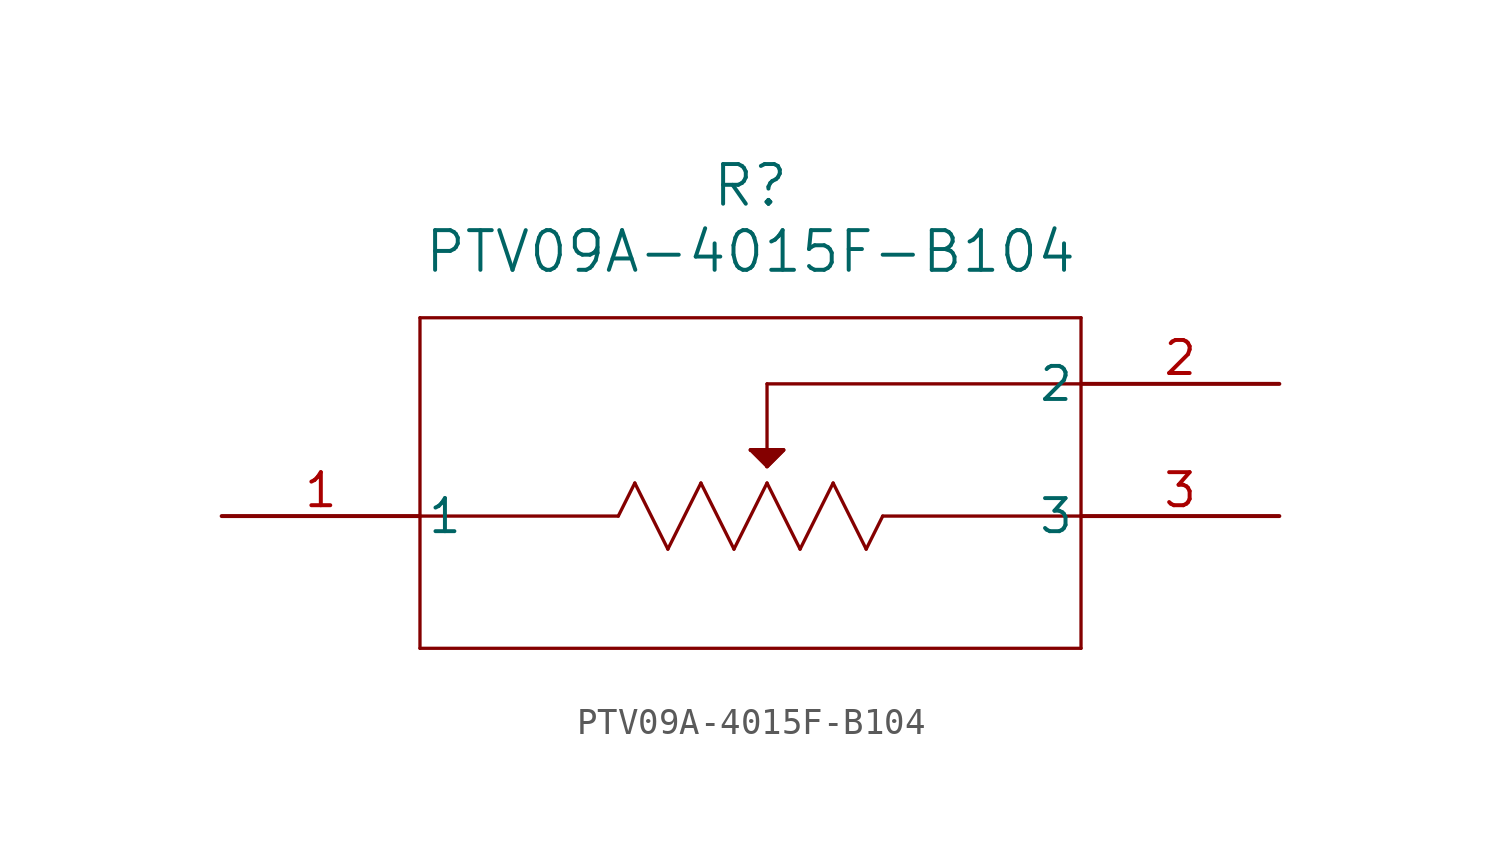
<source format=kicad_sym>
(kicad_symbol_lib
  (version 20211014)
  (generator kicad_symbol_editor)
  (symbol "PTV09A-4015F-B104"
    (pin_names
      (offset 0.254))
    (property "Reference" "R"
      (at 20.32 12.7 0)
      (effects (font (size 1.524 1.524))))
    (property "Value" "PTV09A-4015F-B104"
      (at 20.32 10.16 0)
      (effects (font (size 1.524 1.524))))
    (symbol "PTV09A-4015F-B104_0_1"
      (polyline (pts (xy 7.62 7.62) (xy 7.62 -5.08)) (stroke (width 0.127) (type default) (color 0 0 0 0)) (fill (type none)))
      (polyline (pts (xy 7.62 -5.08) (xy 33.02 -5.08)) (stroke (width 0.127) (type default) (color 0 0 0 0)) (fill (type none)))
      (polyline (pts (xy 33.02 -5.08) (xy 33.02 7.62)) (stroke (width 0.127) (type default) (color 0 0 0 0)) (fill (type none)))
      (polyline (pts (xy 33.02 7.62) (xy 7.62 7.62)) (stroke (width 0.127) (type default) (color 0 0 0 0)) (fill (type none)))
      (polyline (pts (xy 7.62 0) (xy 15.24 0)) (stroke (width 0.127) (type default) (color 0 0 0 0)) (fill (type none)))
      (polyline (pts (xy 33.02 0) (xy 25.4 0)) (stroke (width 0.127) (type default) (color 0 0 0 0)) (fill (type none)))
      (polyline (pts (xy 20.955 1.27) (xy 19.685 -1.27)) (stroke (width 0.127) (type default) (color 0 0 0 0)) (fill (type none)))
      (polyline (pts (xy 19.685 -1.27) (xy 18.415 1.27)) (stroke (width 0.127) (type default) (color 0 0 0 0)) (fill (type none)))
      (polyline (pts (xy 20.955 1.27) (xy 22.225 -1.27)) (stroke (width 0.127) (type default) (color 0 0 0 0)) (fill (type none)))
      (polyline (pts (xy 22.225 -1.27) (xy 23.495 1.27)) (stroke (width 0.127) (type default) (color 0 0 0 0)) (fill (type none)))
      (polyline (pts (xy 18.415 1.27) (xy 17.145 -1.27)) (stroke (width 0.127) (type default) (color 0 0 0 0)) (fill (type none)))
      (polyline (pts (xy 23.495 1.27) (xy 24.765 -1.27)) (stroke (width 0.127) (type default) (color 0 0 0 0)) (fill (type none)))
      (polyline (pts (xy 24.765 -1.27) (xy 25.4 0)) (stroke (width 0.127) (type default) (color 0 0 0 0)) (fill (type none)))
      (polyline (pts (xy 17.145 -1.27) (xy 15.875 1.27)) (stroke (width 0.127) (type default) (color 0 0 0 0)) (fill (type none)))
      (polyline (pts (xy 15.875 1.27) (xy 15.24 0)) (stroke (width 0.127) (type default) (color 0 0 0 0)) (fill (type none)))
      (polyline (pts (xy 20.955 1.905) (xy 20.32 2.54)) (stroke (width 0.127) (type default) (color 0 0 0 0)) (fill (type none)))
      (polyline (pts (xy 20.955 1.905) (xy 21.59 2.54)) (stroke (width 0.127) (type default) (color 0 0 0 0)) (fill (type none)))
      (polyline (pts (xy 21.59 2.54) (xy 20.32 2.54)) (stroke (width 0.127) (type default) (color 0 0 0 0)) (fill (type none)))
      (polyline (pts (xy 20.955 2.54) (xy 20.955 5.08)) (stroke (width 0.127) (type default) (color 0 0 0 0)) (fill (type none)))
      (polyline (pts (xy 33.02 5.08) (xy 20.955 5.08)) (stroke (width 0.127) (type default) (color 0 0 0 0)) (fill (type none)))
      (polyline (pts (xy 20.32 2.54) (xy 21.59 2.54) (xy 20.955 1.905)) (stroke (width 0) (type default) (color 0 0 0 0)) (fill (type outline)))
      (pin unspecified line (at 0 0 0) (length 7.62) (name "1" (effects (font (size 1.27 1.27)))) (number "1" (effects (font (size 1.27 1.27)))))
      (pin unspecified line (at 40.64 5.08 180) (length 7.62) (name "2" (effects (font (size 1.27 1.27)))) (number "2" (effects (font (size 1.27 1.27)))))
      (pin unspecified line (at 40.64 0 180) (length 7.62) (name "3" (effects (font (size 1.27 1.27)))) (number "3" (effects (font (size 1.27 1.27))))))))
</source>
